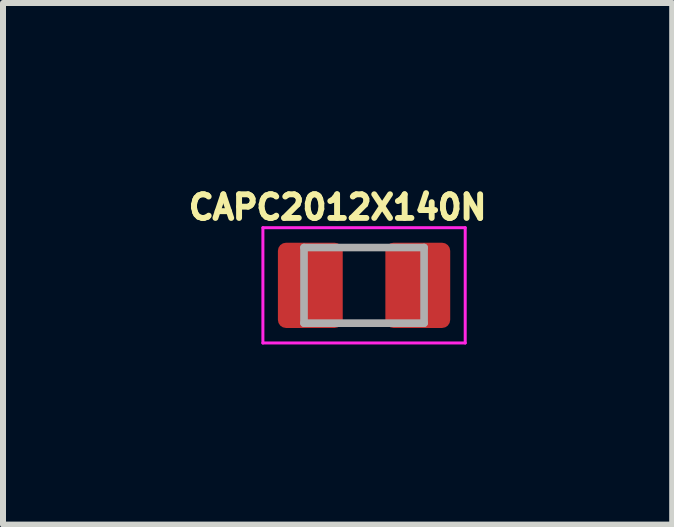
<source format=kicad_pcb>
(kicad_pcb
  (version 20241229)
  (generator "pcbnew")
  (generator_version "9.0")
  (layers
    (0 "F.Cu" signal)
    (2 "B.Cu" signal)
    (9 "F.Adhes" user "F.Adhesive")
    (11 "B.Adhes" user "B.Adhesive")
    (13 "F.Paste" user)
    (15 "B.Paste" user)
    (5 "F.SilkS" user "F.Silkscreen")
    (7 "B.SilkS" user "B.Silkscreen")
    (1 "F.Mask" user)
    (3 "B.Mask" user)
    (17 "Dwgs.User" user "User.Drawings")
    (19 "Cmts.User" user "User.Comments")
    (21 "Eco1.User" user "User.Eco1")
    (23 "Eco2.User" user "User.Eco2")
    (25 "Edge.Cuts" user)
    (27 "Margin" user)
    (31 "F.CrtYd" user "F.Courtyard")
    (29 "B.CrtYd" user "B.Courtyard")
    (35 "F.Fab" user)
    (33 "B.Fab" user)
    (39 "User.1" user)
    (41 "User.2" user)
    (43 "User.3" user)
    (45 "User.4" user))
  (footprint "CAPC2012X140N"
    (layer "F.Cu")
    (at 3.014 1.703)
    (property "Reference" "CAPC2012X140N" (at -0.44 -1.3 0) (layer "F.SilkS") (effects (font (size 0.394 0.394) (thickness 0.15))))
    (attr smd)
    (fp_line (start -1.685 -0.96) (end 1.685 -0.96) (stroke (width 0.05) (type solid)) (layer "F.CrtYd"))
    (fp_line (start -1.685 0.96) (end -1.685 -0.96) (stroke (width 0.05) (type solid)) (layer "F.CrtYd"))
    (fp_line (start -1.685 0.96) (end 1.685 0.96) (stroke (width 0.05) (type solid)) (layer "F.CrtYd"))
    (fp_line (start 1.685 0.96) (end 1.685 -0.96) (stroke (width 0.05) (type solid)) (layer "F.CrtYd"))
    (fp_line (start -1 0.63) (end -1 -0.63) (stroke (width 0.127) (type solid)) (layer "F.Fab"))
    (fp_line (start 1 -0.63) (end -1 -0.63) (stroke (width 0.127) (type solid)) (layer "F.Fab"))
    (fp_line (start 1 0.63) (end -1 0.63) (stroke (width 0.127) (type solid)) (layer "F.Fab"))
    (fp_line (start 1 0.63) (end 1 -0.63) (stroke (width 0.127) (type solid)) (layer "F.Fab"))
    (pad "1" smd roundrect (at -0.895 0) (size 1.08 1.42) (layers "F.Cu" "F.Mask" "F.Paste") (roundrect_rratio 0.125))
    (pad "2" smd roundrect (at 0.895 0) (size 1.08 1.42) (layers "F.Cu" "F.Mask" "F.Paste") (roundrect_rratio 0.125)))
  (gr_rect
    (start -3 -3)
    (end 8.147 5.688)
    (stroke (width 0.1) (type default))
    (fill no)
    (layer "Edge.Cuts")))
</source>
